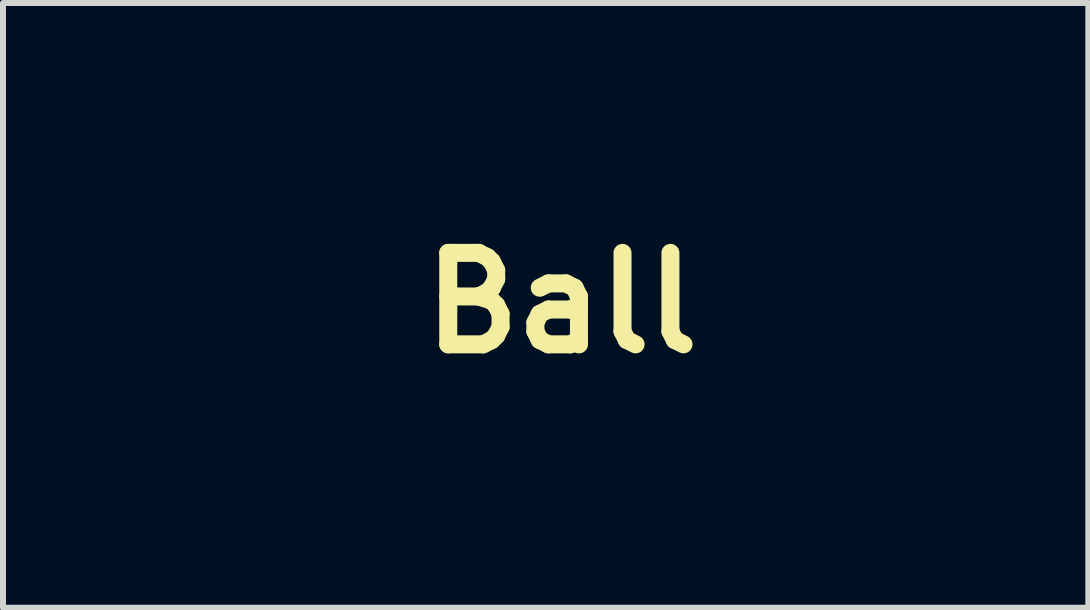
<source format=kicad_pcb>
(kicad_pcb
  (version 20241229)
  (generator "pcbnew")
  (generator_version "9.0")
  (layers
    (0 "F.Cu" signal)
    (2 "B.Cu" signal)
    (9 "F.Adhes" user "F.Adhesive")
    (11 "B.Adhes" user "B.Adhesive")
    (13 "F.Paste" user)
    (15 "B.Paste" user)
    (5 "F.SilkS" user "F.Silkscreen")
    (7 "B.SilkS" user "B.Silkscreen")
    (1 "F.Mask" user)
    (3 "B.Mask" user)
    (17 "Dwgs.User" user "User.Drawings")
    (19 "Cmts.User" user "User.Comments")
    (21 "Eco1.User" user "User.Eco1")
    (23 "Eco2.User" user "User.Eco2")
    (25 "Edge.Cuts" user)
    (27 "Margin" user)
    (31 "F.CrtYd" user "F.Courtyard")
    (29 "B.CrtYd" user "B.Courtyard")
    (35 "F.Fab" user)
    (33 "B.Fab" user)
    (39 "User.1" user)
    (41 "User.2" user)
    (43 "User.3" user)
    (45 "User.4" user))
  (footprint "Ball"
    (layer "F.Cu")
    (at 6.306 1.998)
    (property "Reference" "Ball" (at 0 0 0) (layer "F.SilkS") (effects (font (size 1.524 1.524) (thickness 0.3))))
    (attr board_only exclude_from_pos_files exclude_from_bom)
    (fp_poly (pts (xy 2.139 -0.294) (xy 2.075 1.333) (xy 2.573 1.291) (xy 3.071 1.25) (xy 3.019 1.509) (xy 2.982 1.736) (xy 2.968 1.888) (xy 2.934 1.938) (xy 2.818 1.972) (xy 2.596 1.994) (xy 2.245 2.005) (xy 1.803 2.008) (xy 0.638 2.008) (xy 0.578 0.173) (xy 0.557 -0.382) (xy 0.535 -0.881) (xy 0.512 -1.298) (xy 0.491 -1.605) (xy 0.472 -1.772) (xy 0.467 -1.791) (xy 0.469 -1.85) (xy 0.547 -1.888) (xy 0.728 -1.91) (xy 1.039 -1.919) (xy 1.311 -1.92) (xy 2.203 -1.92)) (stroke (width 0) (type solid)) (fill yes) (layer "F.Mask"))
    (fp_poly (pts (xy 4.845 -0.294) (xy 4.781 1.333) (xy 5.279 1.291) (xy 5.777 1.25) (xy 5.725 1.509) (xy 5.688 1.736) (xy 5.674 1.888) (xy 5.64 1.938) (xy 5.524 1.972) (xy 5.302 1.994) (xy 4.95 2.005) (xy 4.509 2.008) (xy 3.344 2.008) (xy 3.283 0.173) (xy 3.263 -0.382) (xy 3.241 -0.881) (xy 3.218 -1.298) (xy 3.197 -1.605) (xy 3.178 -1.772) (xy 3.173 -1.791) (xy 3.175 -1.85) (xy 3.253 -1.888) (xy 3.434 -1.91) (xy 3.745 -1.919) (xy 4.016 -1.92) (xy 4.909 -1.92)) (stroke (width 0) (type solid)) (fill yes) (layer "F.Mask"))
    (fp_poly (pts (xy -4.799 -1.984) (xy -4.749 -1.981) (xy -4.12 -1.895) (xy -3.64 -1.734) (xy -3.298 -1.489) (xy -3.083 -1.153) (xy -2.993 -0.799) (xy -3.005 -0.346) (xy -3.15 0.07) (xy -3.363 0.351) (xy -3.501 0.499) (xy -3.517 0.602) (xy -3.449 0.697) (xy -3.283 0.988) (xy -3.272 1.294) (xy -3.401 1.583) (xy -3.655 1.825) (xy -4.021 1.989) (xy -4.053 1.997) (xy -4.412 2.053) (xy -4.878 2.078) (xy -5.381 2.07) (xy -5.813 2.033) (xy -6.084 1.998) (xy -6.119 1.097) (xy -4.626 1.097) (xy -4.612 1.304) (xy -4.548 1.382) (xy -4.439 1.381) (xy -4.246 1.296) (xy -4.163 1.212) (xy -4.112 1.005) (xy -4.206 0.846) (xy -4.405 0.786) (xy -4.553 0.807) (xy -4.615 0.907) (xy -4.626 1.097) (xy -6.119 1.097) (xy -6.145 0.411) (xy -6.165 -0.053) (xy -4.609 -0.053) (xy -4.601 0.126) (xy -4.584 0.172) (xy -4.465 0.223) (xy -4.284 0.192) (xy -4.121 0.099) (xy -4.082 0.054) (xy -4.025 -0.164) (xy -4.106 -0.365) (xy -4.293 -0.498) (xy -4.442 -0.524) (xy -4.515 -0.448) (xy -4.575 -0.268) (xy -4.609 -0.053) (xy -6.165 -0.053) (xy -6.168 -0.126) (xy -6.193 -0.629) (xy -6.218 -1.059) (xy -6.24 -1.382) (xy -6.256 -1.542) (xy -6.306 -1.906) (xy -5.889 -1.969) (xy -5.595 -1.993) (xy -5.205 -1.998)) (stroke (width 0) (type solid)) (fill yes) (layer "F.Mask"))
    (fp_poly (pts (xy -0.434 -1.418) (xy -0.375 -1.14) (xy -0.292 -0.758) (xy -0.192 -0.31) (xy -0.083 0.172) (xy 0.027 0.653) (xy 0.13 1.097) (xy 0.218 1.469) (xy 0.282 1.736) (xy 0.314 1.855) (xy 0.32 1.93) (xy 0.26 1.976) (xy 0.103 1.999) (xy -0.184 2.007) (xy -0.351 2.008) (xy -0.707 2.003) (xy -0.924 1.985) (xy -1.042 1.944) (xy -1.097 1.872) (xy -1.11 1.831) (xy -1.146 1.723) (xy -1.209 1.702) (xy -1.348 1.768) (xy -1.47 1.839) (xy -1.668 1.935) (xy -1.794 1.956) (xy -1.812 1.941) (xy -1.882 1.808) (xy -1.954 1.701) (xy -2.04 1.604) (xy -2.091 1.648) (xy -2.127 1.776) (xy -2.189 1.927) (xy -2.31 1.994) (xy -2.533 2.008) (xy -2.751 1.99) (xy -2.872 1.947) (xy -2.88 1.93) (xy -2.861 1.822) (xy -2.808 1.576) (xy -2.733 1.244) (xy -1.919 1.244) (xy -1.866 1.298) (xy -1.694 1.275) (xy -1.649 1.265) (xy -1.441 1.214) (xy -1.322 1.172) (xy -1.317 1.169) (xy -1.318 1.071) (xy -1.368 0.878) (xy -1.445 0.656) (xy -1.527 0.469) (xy -1.587 0.383) (xy -1.663 0.423) (xy -1.755 0.597) (xy -1.845 0.864) (xy -1.896 1.079) (xy -1.919 1.244) (xy -2.733 1.244) (xy -2.729 1.224) (xy -2.63 0.799) (xy -2.583 0.599) (xy -2.464 0.09) (xy -2.351 -0.421) (xy -2.255 -0.879) (xy -2.186 -1.232) (xy -2.176 -1.287) (xy -2.067 -1.92) (xy -0.536 -1.92)) (stroke (width 0) (type solid)) (fill yes) (layer "F.Mask")))
  (gr_rect
    (start -3 -3)
    (end 15.083 7.076)
    (stroke (width 0.1) (type default))
    (fill no)
    (layer "Edge.Cuts")))
</source>
